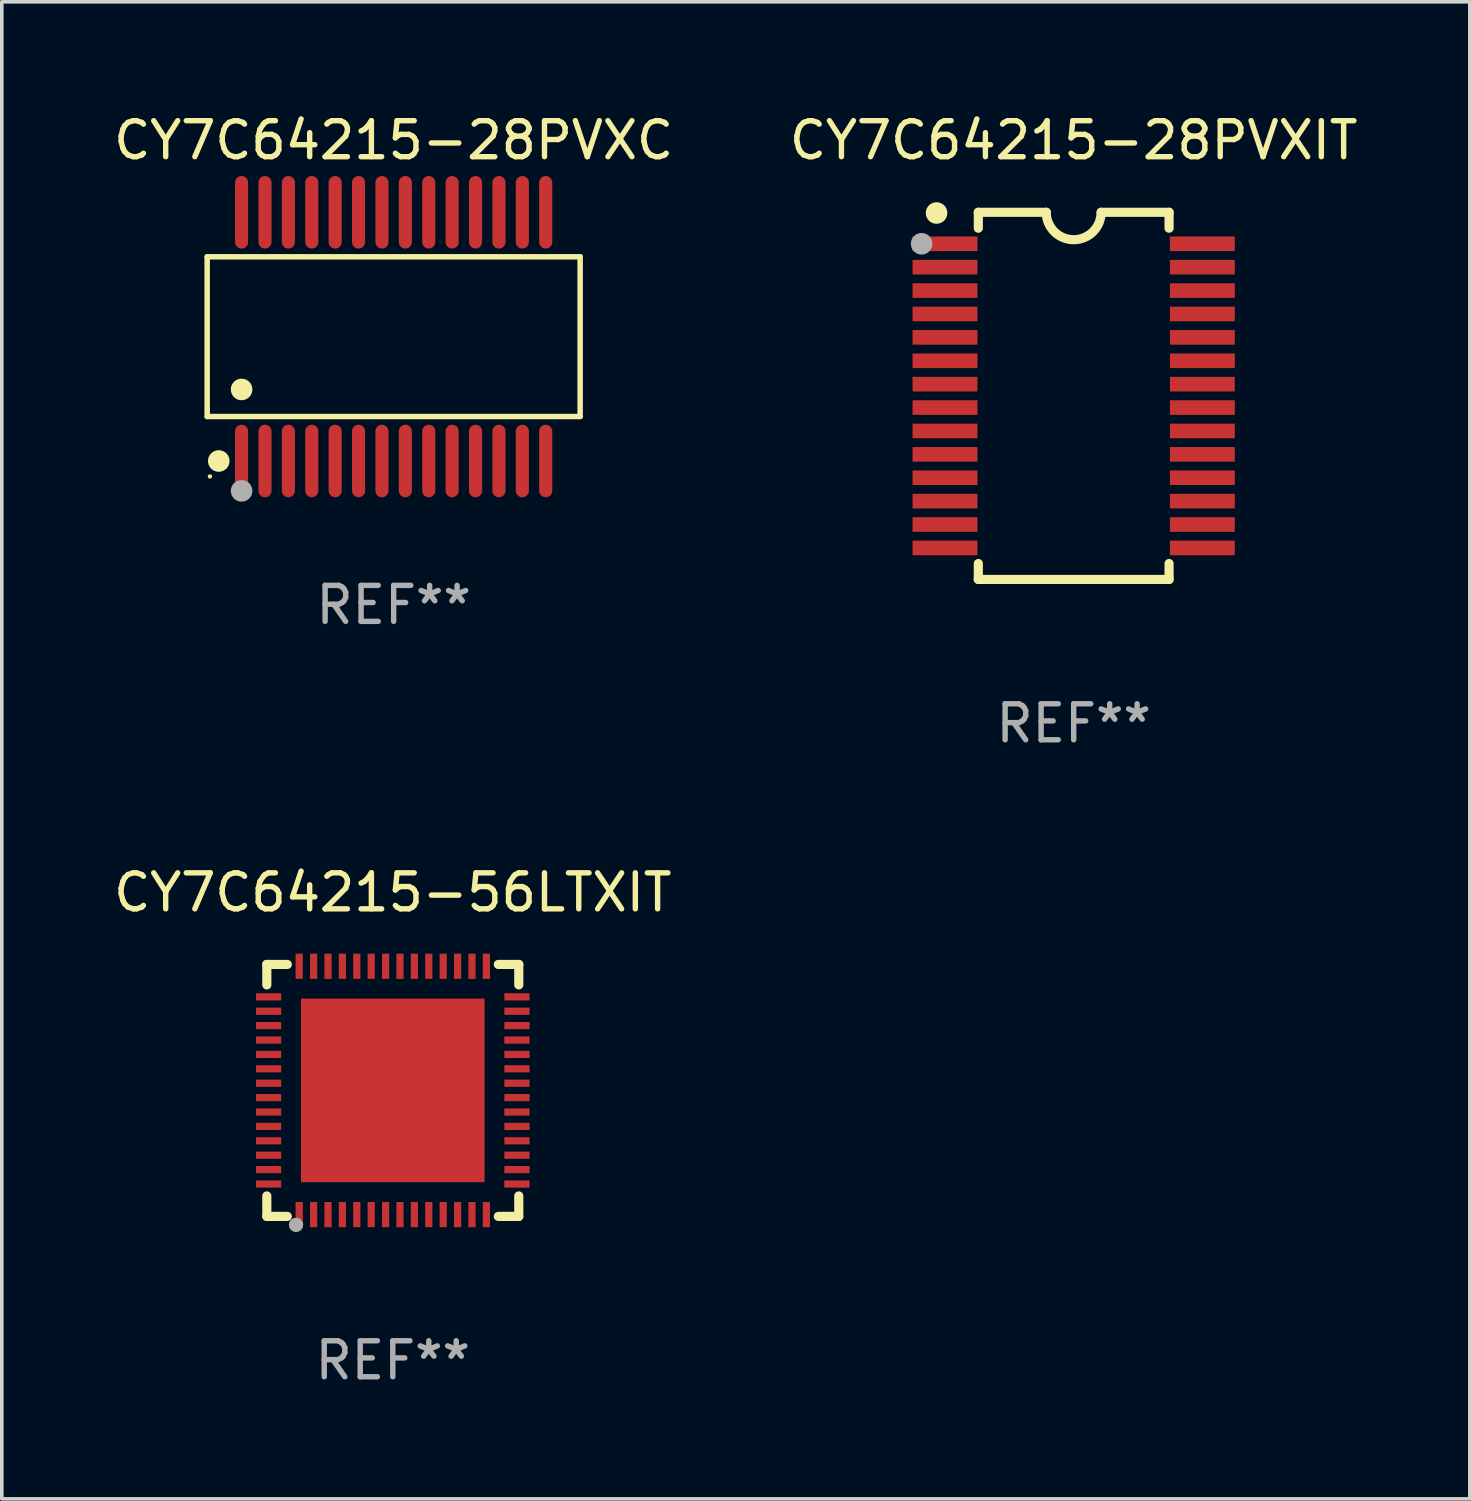
<source format=kicad_pcb>
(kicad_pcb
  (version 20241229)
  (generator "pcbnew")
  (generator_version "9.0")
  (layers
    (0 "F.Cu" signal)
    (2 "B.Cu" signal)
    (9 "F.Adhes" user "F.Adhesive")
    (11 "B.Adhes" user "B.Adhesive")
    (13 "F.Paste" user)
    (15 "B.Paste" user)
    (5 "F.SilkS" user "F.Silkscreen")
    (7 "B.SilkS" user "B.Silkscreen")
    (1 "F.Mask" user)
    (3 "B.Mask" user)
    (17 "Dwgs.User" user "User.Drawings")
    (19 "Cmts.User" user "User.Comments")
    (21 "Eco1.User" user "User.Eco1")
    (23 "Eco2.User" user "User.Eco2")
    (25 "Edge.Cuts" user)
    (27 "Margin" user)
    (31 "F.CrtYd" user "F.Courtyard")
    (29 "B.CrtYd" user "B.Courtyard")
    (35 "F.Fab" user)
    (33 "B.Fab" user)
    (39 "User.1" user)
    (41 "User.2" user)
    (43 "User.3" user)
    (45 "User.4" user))
  (footprint "CY7C64215-28PVXC"
    (layer "F.Cu")
    (at 7.887 6.303)
    (property "Reference" "CY7C64215-28PVXC" (at 0 -5.455 0) (layer "F.SilkS") (effects (font (size 1 1) (thickness 0.15))))
    (attr through_hole)
    (fp_line (start -5.181 -2.219) (end 5.181 -2.219) (stroke (width 0.152) (type solid)) (layer "F.SilkS"))
    (fp_line (start -5.181 2.219) (end -5.181 -2.219) (stroke (width 0.152) (type solid)) (layer "F.SilkS"))
    (fp_line (start 5.181 -2.219) (end 5.181 2.219) (stroke (width 0.152) (type solid)) (layer "F.SilkS"))
    (fp_line (start 5.181 2.219) (end -5.181 2.219) (stroke (width 0.152) (type solid)) (layer "F.SilkS"))
    (fp_circle (center -5.105 3.885) (end -5.075 3.885) (stroke (width 0.06) (type solid)) (fill no) (layer "F.SilkS"))
    (fp_circle (center -4.859 3.455) (end -4.709 3.455) (stroke (width 0.3) (type solid)) (fill no) (layer "F.SilkS"))
    (fp_circle (center -4.225 1.467) (end -4.075 1.467) (stroke (width 0.3) (type solid)) (fill no) (layer "F.SilkS"))
    (fp_circle (center -4.225 4.285) (end -4.075 4.285) (stroke (width 0.3) (type solid)) (fill no) (layer "F.Fab"))
    (fp_text user "REF**" (at 0 7.455 0) (layer "F.Fab") (effects (font (size 1 1) (thickness 0.15))))
    (pad "1" smd oval (at -4.225 3.455) (size 0.364 2.015) (layers "F.Cu" "F.Mask" "F.Paste"))
    (pad "2" smd oval (at -3.575 3.455) (size 0.364 2.015) (layers "F.Cu" "F.Mask" "F.Paste"))
    (pad "3" smd oval (at -2.925 3.455) (size 0.364 2.015) (layers "F.Cu" "F.Mask" "F.Paste"))
    (pad "4" smd oval (at -2.275 3.455) (size 0.364 2.015) (layers "F.Cu" "F.Mask" "F.Paste"))
    (pad "5" smd oval (at -1.625 3.455) (size 0.364 2.015) (layers "F.Cu" "F.Mask" "F.Paste"))
    (pad "6" smd oval (at -0.975 3.455) (size 0.364 2.015) (layers "F.Cu" "F.Mask" "F.Paste"))
    (pad "7" smd oval (at -0.325 3.455) (size 0.364 2.015) (layers "F.Cu" "F.Mask" "F.Paste"))
    (pad "8" smd oval (at 0.325 3.455) (size 0.364 2.015) (layers "F.Cu" "F.Mask" "F.Paste"))
    (pad "9" smd oval (at 0.975 3.455) (size 0.364 2.015) (layers "F.Cu" "F.Mask" "F.Paste"))
    (pad "10" smd oval (at 1.625 3.455) (size 0.364 2.015) (layers "F.Cu" "F.Mask" "F.Paste"))
    (pad "11" smd oval (at 2.275 3.455) (size 0.364 2.015) (layers "F.Cu" "F.Mask" "F.Paste"))
    (pad "12" smd oval (at 2.925 3.455) (size 0.364 2.015) (layers "F.Cu" "F.Mask" "F.Paste"))
    (pad "13" smd oval (at 3.575 3.455) (size 0.364 2.015) (layers "F.Cu" "F.Mask" "F.Paste"))
    (pad "14" smd oval (at 4.225 3.455) (size 0.364 2.015) (layers "F.Cu" "F.Mask" "F.Paste"))
    (pad "15" smd oval (at 4.225 -3.455) (size 0.364 2.015) (layers "F.Cu" "F.Mask" "F.Paste"))
    (pad "16" smd oval (at 3.575 -3.455) (size 0.364 2.015) (layers "F.Cu" "F.Mask" "F.Paste"))
    (pad "17" smd oval (at 2.925 -3.455) (size 0.364 2.015) (layers "F.Cu" "F.Mask" "F.Paste"))
    (pad "18" smd oval (at 2.275 -3.455) (size 0.364 2.015) (layers "F.Cu" "F.Mask" "F.Paste"))
    (pad "19" smd oval (at 1.625 -3.455) (size 0.364 2.015) (layers "F.Cu" "F.Mask" "F.Paste"))
    (pad "20" smd oval (at 0.975 -3.455) (size 0.364 2.015) (layers "F.Cu" "F.Mask" "F.Paste"))
    (pad "21" smd oval (at 0.325 -3.455) (size 0.364 2.015) (layers "F.Cu" "F.Mask" "F.Paste"))
    (pad "22" smd oval (at -0.325 -3.455) (size 0.364 2.015) (layers "F.Cu" "F.Mask" "F.Paste"))
    (pad "23" smd oval (at -0.975 -3.455) (size 0.364 2.015) (layers "F.Cu" "F.Mask" "F.Paste"))
    (pad "24" smd oval (at -1.625 -3.455) (size 0.364 2.015) (layers "F.Cu" "F.Mask" "F.Paste"))
    (pad "25" smd oval (at -2.275 -3.455) (size 0.364 2.015) (layers "F.Cu" "F.Mask" "F.Paste"))
    (pad "26" smd oval (at -2.925 -3.455) (size 0.364 2.015) (layers "F.Cu" "F.Mask" "F.Paste"))
    (pad "27" smd oval (at -3.575 -3.455) (size 0.364 2.015) (layers "F.Cu" "F.Mask" "F.Paste"))
    (pad "28" smd oval (at -4.225 -3.455) (size 0.364 2.015) (layers "F.Cu" "F.Mask" "F.Paste")))
  (footprint "CY7C64215-56LTXIT"
    (layer "F.Cu")
    (at 7.863 27.245)
    (property "Reference" "CY7C64215-56LTXIT" (at 0 -5.5 0) (layer "F.SilkS") (effects (font (size 1 1) (thickness 0.15))))
    (attr through_hole)
    (fp_line (start -3.5 -3.5) (end -2.931 -3.5) (stroke (width 0.254) (type solid)) (layer "F.SilkS"))
    (fp_line (start -3.5 -2.931) (end -3.5 -3.5) (stroke (width 0.254) (type solid)) (layer "F.SilkS"))
    (fp_line (start -3.5 3.5) (end -3.5 2.931) (stroke (width 0.254) (type solid)) (layer "F.SilkS"))
    (fp_line (start -2.931 3.5) (end -3.5 3.5) (stroke (width 0.254) (type solid)) (layer "F.SilkS"))
    (fp_line (start 2.931 -3.5) (end 3.5 -3.5) (stroke (width 0.254) (type solid)) (layer "F.SilkS"))
    (fp_line (start 3.5 -3.5) (end 3.5 -2.931) (stroke (width 0.254) (type solid)) (layer "F.SilkS"))
    (fp_line (start 3.5 2.931) (end 3.5 3.5) (stroke (width 0.254) (type solid)) (layer "F.SilkS"))
    (fp_line (start 3.5 3.5) (end 2.931 3.5) (stroke (width 0.254) (type solid)) (layer "F.SilkS"))
    (fp_circle (center -3.5 3.5) (end -3.47 3.5) (stroke (width 0.06) (type solid)) (fill no) (layer "F.SilkS"))
    (fp_circle (center -2.688 3.736) (end -2.588 3.736) (stroke (width 0.2) (type solid)) (fill no) (layer "F.Fab"))
    (fp_text user "REF**" (at 0 7.5 0) (layer "F.Fab") (effects (font (size 1 1) (thickness 0.15))))
    (pad "1" smd rect (at -2.6 3.45 180) (size 0.2 0.7) (layers "F.Cu" "F.Mask" "F.Paste"))
    (pad "2" smd rect (at -2.2 3.45 180) (size 0.2 0.7) (layers "F.Cu" "F.Mask" "F.Paste"))
    (pad "3" smd rect (at -1.8 3.45 180) (size 0.2 0.7) (layers "F.Cu" "F.Mask" "F.Paste"))
    (pad "4" smd rect (at -1.4 3.45 180) (size 0.2 0.7) (layers "F.Cu" "F.Mask" "F.Paste"))
    (pad "5" smd rect (at -1 3.45 180) (size 0.2 0.7) (layers "F.Cu" "F.Mask" "F.Paste"))
    (pad "6" smd rect (at -0.6 3.45 180) (size 0.2 0.7) (layers "F.Cu" "F.Mask" "F.Paste"))
    (pad "7" smd rect (at -0.2 3.45 180) (size 0.2 0.7) (layers "F.Cu" "F.Mask" "F.Paste"))
    (pad "8" smd rect (at 0.2 3.45 180) (size 0.2 0.7) (layers "F.Cu" "F.Mask" "F.Paste"))
    (pad "9" smd rect (at 0.6 3.45 180) (size 0.2 0.7) (layers "F.Cu" "F.Mask" "F.Paste"))
    (pad "10" smd rect (at 1 3.45 180) (size 0.2 0.7) (layers "F.Cu" "F.Mask" "F.Paste"))
    (pad "11" smd rect (at 1.4 3.45 180) (size 0.2 0.7) (layers "F.Cu" "F.Mask" "F.Paste"))
    (pad "12" smd rect (at 1.8 3.45 180) (size 0.2 0.7) (layers "F.Cu" "F.Mask" "F.Paste"))
    (pad "13" smd rect (at 2.2 3.45 180) (size 0.2 0.7) (layers "F.Cu" "F.Mask" "F.Paste"))
    (pad "14" smd rect (at 2.6 3.45 180) (size 0.2 0.7) (layers "F.Cu" "F.Mask" "F.Paste"))
    (pad "15" smd rect (at 3.45 2.6 90) (size 0.2 0.7) (layers "F.Cu" "F.Mask" "F.Paste"))
    (pad "16" smd rect (at 3.45 2.2 90) (size 0.2 0.7) (layers "F.Cu" "F.Mask" "F.Paste"))
    (pad "17" smd rect (at 3.45 1.8 90) (size 0.2 0.7) (layers "F.Cu" "F.Mask" "F.Paste"))
    (pad "18" smd rect (at 3.45 1.4 90) (size 0.2 0.7) (layers "F.Cu" "F.Mask" "F.Paste"))
    (pad "19" smd rect (at 3.45 1 90) (size 0.2 0.7) (layers "F.Cu" "F.Mask" "F.Paste"))
    (pad "20" smd rect (at 3.45 0.6 90) (size 0.2 0.7) (layers "F.Cu" "F.Mask" "F.Paste"))
    (pad "21" smd rect (at 3.45 0.2 90) (size 0.2 0.7) (layers "F.Cu" "F.Mask" "F.Paste"))
    (pad "22" smd rect (at 3.45 -0.2 90) (size 0.2 0.7) (layers "F.Cu" "F.Mask" "F.Paste"))
    (pad "23" smd rect (at 3.45 -0.6 90) (size 0.2 0.7) (layers "F.Cu" "F.Mask" "F.Paste"))
    (pad "24" smd rect (at 3.45 -1 90) (size 0.2 0.7) (layers "F.Cu" "F.Mask" "F.Paste"))
    (pad "25" smd rect (at 3.45 -1.4 90) (size 0.2 0.7) (layers "F.Cu" "F.Mask" "F.Paste"))
    (pad "26" smd rect (at 3.45 -1.8 90) (size 0.2 0.7) (layers "F.Cu" "F.Mask" "F.Paste"))
    (pad "27" smd rect (at 3.45 -2.2 90) (size 0.2 0.7) (layers "F.Cu" "F.Mask" "F.Paste"))
    (pad "28" smd rect (at 3.45 -2.6 90) (size 0.2 0.7) (layers "F.Cu" "F.Mask" "F.Paste"))
    (pad "29" smd rect (at 2.6 -3.45 180) (size 0.2 0.7) (layers "F.Cu" "F.Mask" "F.Paste"))
    (pad "30" smd rect (at 2.2 -3.45 180) (size 0.2 0.7) (layers "F.Cu" "F.Mask" "F.Paste"))
    (pad "31" smd rect (at 1.8 -3.45 180) (size 0.2 0.7) (layers "F.Cu" "F.Mask" "F.Paste"))
    (pad "32" smd rect (at 1.4 -3.45 180) (size 0.2 0.7) (layers "F.Cu" "F.Mask" "F.Paste"))
    (pad "33" smd rect (at 1 -3.45 180) (size 0.2 0.7) (layers "F.Cu" "F.Mask" "F.Paste"))
    (pad "34" smd rect (at 0.6 -3.45 180) (size 0.2 0.7) (layers "F.Cu" "F.Mask" "F.Paste"))
    (pad "35" smd rect (at 0.2 -3.45 180) (size 0.2 0.7) (layers "F.Cu" "F.Mask" "F.Paste"))
    (pad "36" smd rect (at -0.2 -3.45 180) (size 0.2 0.7) (layers "F.Cu" "F.Mask" "F.Paste"))
    (pad "37" smd rect (at -0.6 -3.45 180) (size 0.2 0.7) (layers "F.Cu" "F.Mask" "F.Paste"))
    (pad "38" smd rect (at -1 -3.45 180) (size 0.2 0.7) (layers "F.Cu" "F.Mask" "F.Paste"))
    (pad "39" smd rect (at -1.4 -3.45 180) (size 0.2 0.7) (layers "F.Cu" "F.Mask" "F.Paste"))
    (pad "40" smd rect (at -1.8 -3.45 180) (size 0.2 0.7) (layers "F.Cu" "F.Mask" "F.Paste"))
    (pad "41" smd rect (at -2.2 -3.45 180) (size 0.2 0.7) (layers "F.Cu" "F.Mask" "F.Paste"))
    (pad "42" smd rect (at -2.6 -3.45 180) (size 0.2 0.7) (layers "F.Cu" "F.Mask" "F.Paste"))
    (pad "43" smd rect (at -3.45 -2.6 90) (size 0.2 0.7) (layers "F.Cu" "F.Mask" "F.Paste"))
    (pad "44" smd rect (at -3.45 -2.2 90) (size 0.2 0.7) (layers "F.Cu" "F.Mask" "F.Paste"))
    (pad "45" smd rect (at -3.45 -1.8 90) (size 0.2 0.7) (layers "F.Cu" "F.Mask" "F.Paste"))
    (pad "46" smd rect (at -3.45 -1.4 90) (size 0.2 0.7) (layers "F.Cu" "F.Mask" "F.Paste"))
    (pad "47" smd rect (at -3.45 -1 90) (size 0.2 0.7) (layers "F.Cu" "F.Mask" "F.Paste"))
    (pad "48" smd rect (at -3.45 -0.6 90) (size 0.2 0.7) (layers "F.Cu" "F.Mask" "F.Paste"))
    (pad "49" smd rect (at -3.45 -0.2 90) (size 0.2 0.7) (layers "F.Cu" "F.Mask" "F.Paste"))
    (pad "50" smd rect (at -3.45 0.2 90) (size 0.2 0.7) (layers "F.Cu" "F.Mask" "F.Paste"))
    (pad "51" smd rect (at -3.45 0.6 90) (size 0.2 0.7) (layers "F.Cu" "F.Mask" "F.Paste"))
    (pad "52" smd rect (at -3.45 1 90) (size 0.2 0.7) (layers "F.Cu" "F.Mask" "F.Paste"))
    (pad "53" smd rect (at -3.45 1.4 90) (size 0.2 0.7) (layers "F.Cu" "F.Mask" "F.Paste"))
    (pad "54" smd rect (at -3.45 1.8 90) (size 0.2 0.7) (layers "F.Cu" "F.Mask" "F.Paste"))
    (pad "55" smd rect (at -3.45 2.2 90) (size 0.2 0.7) (layers "F.Cu" "F.Mask" "F.Paste"))
    (pad "56" smd rect (at -3.45 2.6 90) (size 0.2 0.7) (layers "F.Cu" "F.Mask" "F.Paste"))
    (pad "57" smd custom (at 0.000064 0.000013) (size 5.1 5.1) (layers "F.Cu" "F.Mask" "F.Paste") (options (anchor circle)) (primitives (gr_poly (pts (xy -2.55 -2.55) (xy 2.55 -2.55) (xy 2.55 2.55) (xy -2.55 2.55)) (width 0) (fill yes)))))
  (footprint "CY7C64215-28PVXIT"
    (layer "F.Cu")
    (at 26.78 7.948)
    (property "Reference" "CY7C64215-28PVXIT" (at 0 -7.1 0) (layer "F.SilkS") (effects (font (size 1 1) (thickness 0.15))))
    (attr through_hole)
    (fp_line (start -2.65 -5.1) (end -0.762 -5.1) (stroke (width 0.254) (type solid)) (layer "F.SilkS"))
    (fp_line (start -2.65 -4.658) (end -2.65 -5.1) (stroke (width 0.254) (type solid)) (layer "F.SilkS"))
    (fp_line (start -2.65 5.1) (end -2.65 4.658) (stroke (width 0.254) (type solid)) (layer "F.SilkS"))
    (fp_line (start -2.65 5.1) (end 2.65 5.1) (stroke (width 0.254) (type solid)) (layer "F.SilkS"))
    (fp_line (start 2.65 -5.1) (end 0.762 -5.1) (stroke (width 0.254) (type solid)) (layer "F.SilkS"))
    (fp_line (start 2.65 -5.1) (end 2.65 -4.658) (stroke (width 0.254) (type solid)) (layer "F.SilkS"))
    (fp_line (start 2.65 4.658) (end 2.65 5.1) (stroke (width 0.254) (type solid)) (layer "F.SilkS"))
    (fp_arc (start 0.761925 -5.1) (mid -0.000241 -4.338329) (end -0.762077 -5.10033) (stroke (width 0.254001) (type solid)) (layer "F.SilkS"))
    (fp_circle (center -3.858 -5.07) (end -3.828 -5.07) (stroke (width 0.06) (type solid)) (fill no) (layer "F.SilkS"))
    (fp_circle (center -3.81 -5.08) (end -3.66 -5.08) (stroke (width 0.3) (type solid)) (fill no) (layer "F.SilkS"))
    (fp_circle (center -4.225 -4.225) (end -4.075 -4.225) (stroke (width 0.3) (type solid)) (fill no) (layer "F.Fab"))
    (fp_text user "REF**" (at 0 9.1 0) (layer "F.Fab") (effects (font (size 1 1) (thickness 0.15))))
    (pad "1" smd rect (at -3.575 -4.225) (size 1.803 0.406) (layers "F.Cu" "F.Mask" "F.Paste"))
    (pad "2" smd rect (at -3.575 -3.575) (size 1.803 0.406) (layers "F.Cu" "F.Mask" "F.Paste"))
    (pad "3" smd rect (at -3.575 -2.925) (size 1.803 0.406) (layers "F.Cu" "F.Mask" "F.Paste"))
    (pad "4" smd rect (at -3.575 -2.275) (size 1.803 0.406) (layers "F.Cu" "F.Mask" "F.Paste"))
    (pad "5" smd rect (at -3.575 -1.625) (size 1.803 0.406) (layers "F.Cu" "F.Mask" "F.Paste"))
    (pad "6" smd rect (at -3.575 -0.975) (size 1.803 0.406) (layers "F.Cu" "F.Mask" "F.Paste"))
    (pad "7" smd rect (at -3.575 -0.325) (size 1.803 0.406) (layers "F.Cu" "F.Mask" "F.Paste"))
    (pad "8" smd rect (at -3.575 0.325) (size 1.803 0.406) (layers "F.Cu" "F.Mask" "F.Paste"))
    (pad "9" smd rect (at -3.575 0.975) (size 1.803 0.406) (layers "F.Cu" "F.Mask" "F.Paste"))
    (pad "10" smd rect (at -3.575 1.625) (size 1.803 0.406) (layers "F.Cu" "F.Mask" "F.Paste"))
    (pad "11" smd rect (at -3.575 2.275) (size 1.803 0.406) (layers "F.Cu" "F.Mask" "F.Paste"))
    (pad "12" smd rect (at -3.575 2.925) (size 1.803 0.406) (layers "F.Cu" "F.Mask" "F.Paste"))
    (pad "13" smd rect (at -3.575 3.575) (size 1.803 0.406) (layers "F.Cu" "F.Mask" "F.Paste"))
    (pad "14" smd rect (at -3.575 4.225) (size 1.803 0.406) (layers "F.Cu" "F.Mask" "F.Paste"))
    (pad "15" smd rect (at 3.575 4.225) (size 1.803 0.406) (layers "F.Cu" "F.Mask" "F.Paste"))
    (pad "16" smd rect (at 3.575 3.575) (size 1.803 0.406) (layers "F.Cu" "F.Mask" "F.Paste"))
    (pad "17" smd rect (at 3.575 2.925) (size 1.803 0.406) (layers "F.Cu" "F.Mask" "F.Paste"))
    (pad "18" smd rect (at 3.575 2.275) (size 1.803 0.406) (layers "F.Cu" "F.Mask" "F.Paste"))
    (pad "19" smd rect (at 3.575 1.625) (size 1.803 0.406) (layers "F.Cu" "F.Mask" "F.Paste"))
    (pad "20" smd rect (at 3.575 0.975) (size 1.803 0.406) (layers "F.Cu" "F.Mask" "F.Paste"))
    (pad "21" smd rect (at 3.575 0.325) (size 1.803 0.406) (layers "F.Cu" "F.Mask" "F.Paste"))
    (pad "22" smd rect (at 3.575 -0.325) (size 1.803 0.406) (layers "F.Cu" "F.Mask" "F.Paste"))
    (pad "23" smd rect (at 3.575 -0.975) (size 1.803 0.406) (layers "F.Cu" "F.Mask" "F.Paste"))
    (pad "24" smd rect (at 3.575 -1.625) (size 1.803 0.406) (layers "F.Cu" "F.Mask" "F.Paste"))
    (pad "25" smd rect (at 3.575 -2.275) (size 1.803 0.406) (layers "F.Cu" "F.Mask" "F.Paste"))
    (pad "26" smd rect (at 3.575 -2.925) (size 1.803 0.406) (layers "F.Cu" "F.Mask" "F.Paste"))
    (pad "27" smd rect (at 3.575 -3.575) (size 1.803 0.406) (layers "F.Cu" "F.Mask" "F.Paste"))
    (pad "28" smd rect (at 3.575 -4.225) (size 1.803 0.406) (layers "F.Cu" "F.Mask" "F.Paste")))
  (gr_rect
    (start -3 -3)
    (end 37.786 38.593)
    (stroke (width 0.1) (type default))
    (fill no)
    (layer "Edge.Cuts")))
</source>
